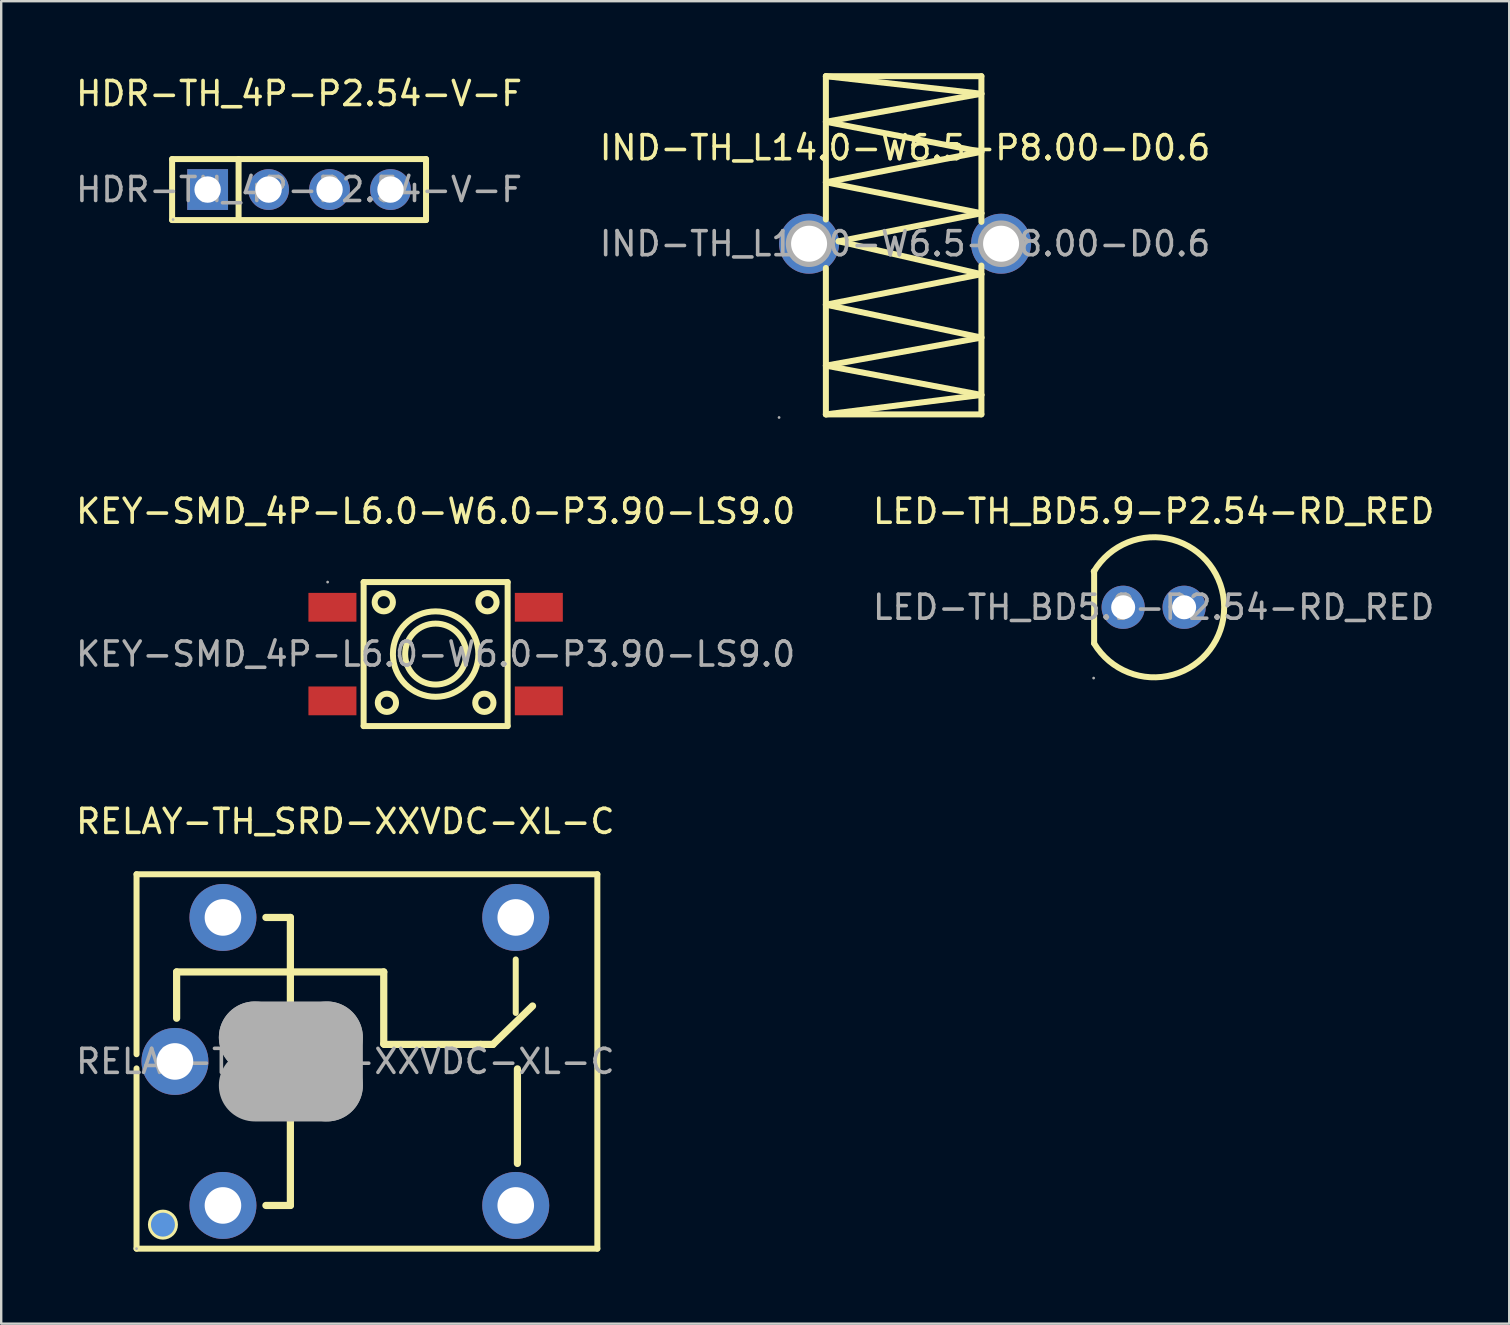
<source format=kicad_pcb>
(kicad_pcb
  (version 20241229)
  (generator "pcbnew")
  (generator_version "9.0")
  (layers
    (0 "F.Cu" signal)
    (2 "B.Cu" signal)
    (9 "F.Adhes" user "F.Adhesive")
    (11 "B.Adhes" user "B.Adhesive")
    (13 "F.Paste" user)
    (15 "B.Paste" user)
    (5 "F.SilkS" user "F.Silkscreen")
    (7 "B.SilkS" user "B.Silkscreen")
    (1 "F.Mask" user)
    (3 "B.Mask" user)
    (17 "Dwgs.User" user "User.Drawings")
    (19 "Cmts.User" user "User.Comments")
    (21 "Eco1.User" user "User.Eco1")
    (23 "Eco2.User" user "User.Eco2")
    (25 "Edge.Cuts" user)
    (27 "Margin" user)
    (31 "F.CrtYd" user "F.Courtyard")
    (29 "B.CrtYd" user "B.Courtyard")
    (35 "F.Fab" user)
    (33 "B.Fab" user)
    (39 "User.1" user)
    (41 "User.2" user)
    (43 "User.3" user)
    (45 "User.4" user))
  (footprint "RELAY-TH_SRD-XXVDC-XL-C"
    (layer "F.Cu")
    (at 11.339 41.176)
    (property "Reference" "RELAY-TH_SRD-XXVDC-XL-C" (at 0 -10 0) (layer "F.SilkS") (effects (font (size 1 1) (thickness 0.15))))
    (attr through_hole)
    (fp_line (start -8.7 -7.8) (end -8.7 -0.3) (stroke (width 0.25) (type solid)) (layer "F.SilkS"))
    (fp_line (start -8.7 0.29) (end -8.7 7.8) (stroke (width 0.25) (type solid)) (layer "F.SilkS"))
    (fp_line (start -7.03 -3.73) (end 1.6 -3.73) (stroke (width 0.3) (type solid)) (layer "F.SilkS"))
    (fp_line (start -7.03 -1.8) (end -7.03 -3.73) (stroke (width 0.3) (type solid)) (layer "F.SilkS"))
    (fp_line (start -2.29 -6) (end -3.31 -6) (stroke (width 0.3) (type solid)) (layer "F.SilkS"))
    (fp_line (start -2.29 -1.05) (end -2.29 -6) (stroke (width 0.3) (type solid)) (layer "F.SilkS"))
    (fp_line (start -2.29 6) (end -3.31 6) (stroke (width 0.3) (type solid)) (layer "F.SilkS"))
    (fp_line (start -2.29 6) (end -2.29 1.05) (stroke (width 0.3) (type solid)) (layer "F.SilkS"))
    (fp_line (start 1.6 -3.73) (end 1.6 -0.73) (stroke (width 0.3) (type solid)) (layer "F.SilkS"))
    (fp_line (start 1.6 -0.73) (end 1.63 -0.71) (stroke (width 0.3) (type solid)) (layer "F.SilkS"))
    (fp_line (start 1.63 -0.71) (end 5.64 -0.71) (stroke (width 0.3) (type solid)) (layer "F.SilkS"))
    (fp_line (start 5.64 -0.71) (end 6.15 -0.71) (stroke (width 0.3) (type solid)) (layer "F.SilkS"))
    (fp_line (start 6.15 -0.71) (end 7.8 -2.31) (stroke (width 0.3) (type solid)) (layer "F.SilkS"))
    (fp_line (start 7.1 -4.25) (end 7.1 -2.02) (stroke (width 0.25) (type solid)) (layer "F.SilkS"))
    (fp_line (start 7.17 4.25) (end 7.17 0.31) (stroke (width 0.3) (type solid)) (layer "F.SilkS"))
    (fp_line (start 10.5 -7.8) (end -8.7 -7.8) (stroke (width 0.25) (type solid)) (layer "F.SilkS"))
    (fp_line (start 10.5 7.8) (end -8.7 7.8) (stroke (width 0.25) (type solid)) (layer "F.SilkS"))
    (fp_line (start 10.5 7.8) (end 10.5 -7.8) (stroke (width 0.25) (type solid)) (layer "F.SilkS"))
    (fp_circle (center -7.6 6.8) (end -7.1 6.8) (stroke (width 0.25) (type solid)) (fill no) (layer "F.SilkS"))
    (fp_circle (center -7.6 6.8) (end -7.35 6.8) (stroke (width 0.5) (type solid)) (fill no) (layer "Cmts.User"))
    (fp_line (start -3.77 -1) (end -3.77 -1) (stroke (width 3) (type solid)) (layer "F.Fab"))
    (fp_line (start -3.77 -1) (end -0.77 -1) (stroke (width 3) (type solid)) (layer "F.Fab"))
    (fp_line (start -0.77 -1) (end -0.77 1) (stroke (width 3) (type solid)) (layer "F.Fab"))
    (fp_line (start -0.77 1) (end -3.77 1) (stroke (width 3) (type solid)) (layer "F.Fab"))
    (fp_circle (center -8.7 7.8) (end -8.67 7.8) (stroke (width 0.06) (type solid)) (fill no) (layer "F.Fab"))
    (fp_circle (center -5.1 -6) (end -4.95 -6) (stroke (width 0.3) (type solid)) (fill no) (layer "F.Fab"))
    (fp_circle (center -5.1 6) (end -4.95 6) (stroke (width 0.3) (type solid)) (fill no) (layer "F.Fab"))
    (fp_text user "${REFERENCE}" (at 0 0 0) (layer "F.Fab") (effects (font (size 1 1) (thickness 0.15))))
    (pad "1" thru_hole circle (at -5.1 6 180) (size 2.79 2.79) (drill 1.524) (layers "*.Cu" "*.Mask"))
    (pad "2" thru_hole circle (at 7.1 6 180) (size 2.79 2.79) (drill 1.524) (layers "*.Cu" "*.Mask"))
    (pad "3" thru_hole circle (at 7.1 -6 180) (size 2.79 2.79) (drill 1.524) (layers "*.Cu" "*.Mask"))
    (pad "4" thru_hole circle (at -5.1 -6 180) (size 2.79 2.79) (drill 1.524) (layers "*.Cu" "*.Mask"))
    (pad "5" thru_hole circle (at -7.1 0 180) (size 2.79 2.79) (drill 1.524) (layers "*.Cu" "*.Mask")))
  (footprint "KEY-SMD_4P-L6.0-W6.0-P3.90-LS9.0"
    (layer "F.Cu")
    (at 15.101 24.203)
    (property "Reference" "KEY-SMD_4P-L6.0-W6.0-P3.90-LS9.0" (at 0 -5.95 0) (layer "F.SilkS") (effects (font (size 1 1) (thickness 0.15))))
    (attr smd)
    (fp_line (start -3 -3) (end 3 -3) (stroke (width 0.25) (type solid)) (layer "F.SilkS"))
    (fp_line (start -3 3) (end -3 -3) (stroke (width 0.25) (type solid)) (layer "F.SilkS"))
    (fp_line (start 3 -3) (end 3 3) (stroke (width 0.25) (type solid)) (layer "F.SilkS"))
    (fp_line (start 3 3) (end -3 3) (stroke (width 0.25) (type solid)) (layer "F.SilkS"))
    (fp_circle (center -2.16 -2.16) (end -1.78 -2.16) (stroke (width 0.25) (type solid)) (fill no) (layer "F.SilkS"))
    (fp_circle (center -2.03 2.03) (end -1.65 2.03) (stroke (width 0.25) (type solid)) (fill no) (layer "F.SilkS"))
    (fp_circle (center 0 0) (end 1.27 0) (stroke (width 0.25) (type solid)) (fill no) (layer "F.SilkS"))
    (fp_circle (center 0 0) (end 1.78 0) (stroke (width 0.25) (type solid)) (fill no) (layer "F.SilkS"))
    (fp_circle (center 2.03 2.03) (end 2.41 2.03) (stroke (width 0.25) (type solid)) (fill no) (layer "F.SilkS"))
    (fp_circle (center 2.16 -2.16) (end 2.54 -2.16) (stroke (width 0.25) (type solid)) (fill no) (layer "F.SilkS"))
    (fp_circle (center -4.5 -3) (end -4.47 -3) (stroke (width 0.06) (type solid)) (fill no) (layer "F.Fab"))
    (fp_text user "${REFERENCE}" (at 0 0 0) (layer "F.Fab") (effects (font (size 1 1) (thickness 0.15))))
    (pad "1" smd rect (at -4.3 -1.95) (size 2 1.2) (layers "F.Cu" "F.Mask" "F.Paste"))
    (pad "2" smd rect (at 4.3 -1.95) (size 2 1.2) (layers "F.Cu" "F.Mask" "F.Paste"))
    (pad "3" smd rect (at -4.3 1.95) (size 2 1.2) (layers "F.Cu" "F.Mask" "F.Paste"))
    (pad "4" smd rect (at 4.3 1.95) (size 2 1.2) (layers "F.Cu" "F.Mask" "F.Paste")))
  (footprint "LED-TH_BD5.9-P2.54-RD_RED"
    (layer "F.Cu")
    (at 45.018 22.253)
    (property "Reference" "LED-TH_BD5.9-P2.54-RD_RED" (at 0 -4 0) (layer "F.SilkS") (effects (font (size 1 1) (thickness 0.15))))
    (attr through_hole)
    (fp_line (start -2.48 -1.49) (end -2.48 1.5) (stroke (width 0.25) (type solid)) (layer "F.SilkS"))
    (fp_arc (start -2.49366 -1.49366) (mid -2.48634 -1.49366) (end -2.48 -1.49) (stroke (width 0.25) (type solid)) (layer "F.SilkS"))
    (fp_arc (start -2.49 -1.49) (mid 2.938918 -0.010981) (end -2.478718 1.508843) (stroke (width 0.25) (type solid)) (layer "F.SilkS"))
    (fp_circle (center -2.5 2.95) (end -2.47 2.95) (stroke (width 0.06) (type solid)) (fill no) (layer "F.Fab"))
    (fp_text user "${REFERENCE}" (at 0 0 0) (layer "F.Fab") (effects (font (size 1 1) (thickness 0.15))))
    (pad "1" thru_hole circle (at -1.27 0) (size 1.8 1.8) (drill 1) (layers "*.Cu" "*.Mask"))
    (pad "2" thru_hole circle (at 1.27 0) (size 1.8 1.8) (drill 1) (layers "*.Cu" "*.Mask")))
  (footprint "IND-TH_L14.0-W6.5-P8.00-D0.6"
    (layer "F.Cu")
    (at 34.661 7.105)
    (property "Reference" "IND-TH_L14.0-W6.5-P8.00-D0.6" (at 0 -4 0) (layer "F.SilkS") (effects (font (size 1 1) (thickness 0.15))))
    (attr through_hole)
    (fp_line (start -3.3 -6.98) (end -3.3 -1.01) (stroke (width 0.25) (type solid)) (layer "F.SilkS"))
    (fp_line (start -3.3 -6.98) (end 3.18 -6.25) (stroke (width 0.25) (type solid)) (layer "F.SilkS"))
    (fp_line (start -3.3 -5.08) (end 3.18 -3.83) (stroke (width 0.25) (type solid)) (layer "F.SilkS"))
    (fp_line (start -3.3 -2.56) (end 3.18 -1.27) (stroke (width 0.25) (type solid)) (layer "F.SilkS"))
    (fp_line (start -3.3 1.01) (end -3.3 7.11) (stroke (width 0.25) (type solid)) (layer "F.SilkS"))
    (fp_line (start -3.3 2.54) (end 3.18 3.91) (stroke (width 0.25) (type solid)) (layer "F.SilkS"))
    (fp_line (start -3.3 5.08) (end 3.18 6.3) (stroke (width 0.25) (type solid)) (layer "F.SilkS"))
    (fp_line (start -3.3 7.11) (end 3.18 7.11) (stroke (width 0.25) (type solid)) (layer "F.SilkS"))
    (fp_line (start -2.77 -0.1) (end 3.18 1.27) (stroke (width 0.25) (type solid)) (layer "F.SilkS"))
    (fp_line (start 3.18 -6.98) (end -3.3 -6.98) (stroke (width 0.25) (type solid)) (layer "F.SilkS"))
    (fp_line (start 3.18 -6.25) (end -3.3 -5.08) (stroke (width 0.25) (type solid)) (layer "F.SilkS"))
    (fp_line (start 3.18 -3.83) (end -3.3 -2.56) (stroke (width 0.25) (type solid)) (layer "F.SilkS"))
    (fp_line (start 3.18 -1.27) (end -2.77 -0.1) (stroke (width 0.25) (type solid)) (layer "F.SilkS"))
    (fp_line (start 3.18 -0.91) (end 3.18 -6.98) (stroke (width 0.25) (type solid)) (layer "F.SilkS"))
    (fp_line (start 3.18 1.27) (end -3.3 2.54) (stroke (width 0.25) (type solid)) (layer "F.SilkS"))
    (fp_line (start 3.18 3.91) (end -3.3 5.08) (stroke (width 0.25) (type solid)) (layer "F.SilkS"))
    (fp_line (start 3.18 6.3) (end -3.3 7.11) (stroke (width 0.25) (type solid)) (layer "F.SilkS"))
    (fp_line (start 3.18 7.11) (end 3.18 0.91) (stroke (width 0.25) (type solid)) (layer "F.SilkS"))
    (fp_circle (center -5.25 7.24) (end -5.22 7.24) (stroke (width 0.06) (type solid)) (fill no) (layer "F.Fab"))
    (fp_circle (center -4 0) (end -3.68 0) (stroke (width 0.65) (type solid)) (fill no) (layer "F.Fab"))
    (fp_circle (center 4 0) (end 4.32 0) (stroke (width 0.65) (type solid)) (fill no) (layer "F.Fab"))
    (fp_text user "${REFERENCE}" (at 0 0 0) (layer "F.Fab") (effects (font (size 1 1) (thickness 0.15))))
    (pad "1" thru_hole circle (at -4 0) (size 2.5 2.5) (drill 1.5) (layers "*.Cu" "*.Mask"))
    (pad "2" thru_hole circle (at 4 0) (size 2.5 2.5) (drill 1.5) (layers "*.Cu" "*.Mask")))
  (footprint "HDR-TH_4P-P2.54-V-F"
    (layer "F.Cu")
    (at 9.411 4.848)
    (property "Reference" "HDR-TH_4P-P2.54-V-F" (at 0 -4 0) (layer "F.SilkS") (effects (font (size 1 1) (thickness 0.15))))
    (attr through_hole)
    (fp_line (start -5.29 -1.27) (end -5.29 1.27) (stroke (width 0.25) (type solid)) (layer "F.SilkS"))
    (fp_line (start -5.29 -1.27) (end 5.29 -1.27) (stroke (width 0.25) (type solid)) (layer "F.SilkS"))
    (fp_line (start -5.29 1.27) (end 5.29 1.27) (stroke (width 0.25) (type solid)) (layer "F.SilkS"))
    (fp_line (start -2.52 -1.27) (end -2.52 1.27) (stroke (width 0.25) (type solid)) (layer "F.SilkS"))
    (fp_line (start 5.29 -1.27) (end 5.29 1.27) (stroke (width 0.25) (type solid)) (layer "F.SilkS"))
    (fp_circle (center -5.25 1.25) (end -5.22 1.25) (stroke (width 0.06) (type solid)) (fill no) (layer "F.Fab"))
    (fp_text user "${REFERENCE}" (at 0 0 0) (layer "F.Fab") (effects (font (size 1 1) (thickness 0.15))))
    (pad "1" thru_hole rect (at -3.81 0) (size 1.7 1.7) (drill 1.1) (layers "*.Cu" "*.Mask"))
    (pad "2" thru_hole circle (at -1.27 0) (size 1.7 1.7) (drill 1.1) (layers "*.Cu" "*.Mask"))
    (pad "3" thru_hole circle (at 1.27 0) (size 1.7 1.7) (drill 1.1) (layers "*.Cu" "*.Mask"))
    (pad "4" thru_hole circle (at 3.81 0) (size 1.7 1.7) (drill 1.1) (layers "*.Cu" "*.Mask")))
  (gr_rect
    (start -3 -3)
    (end 59.833 52.102)
    (stroke (width 0.1) (type default))
    (fill no)
    (layer "Edge.Cuts")))
</source>
